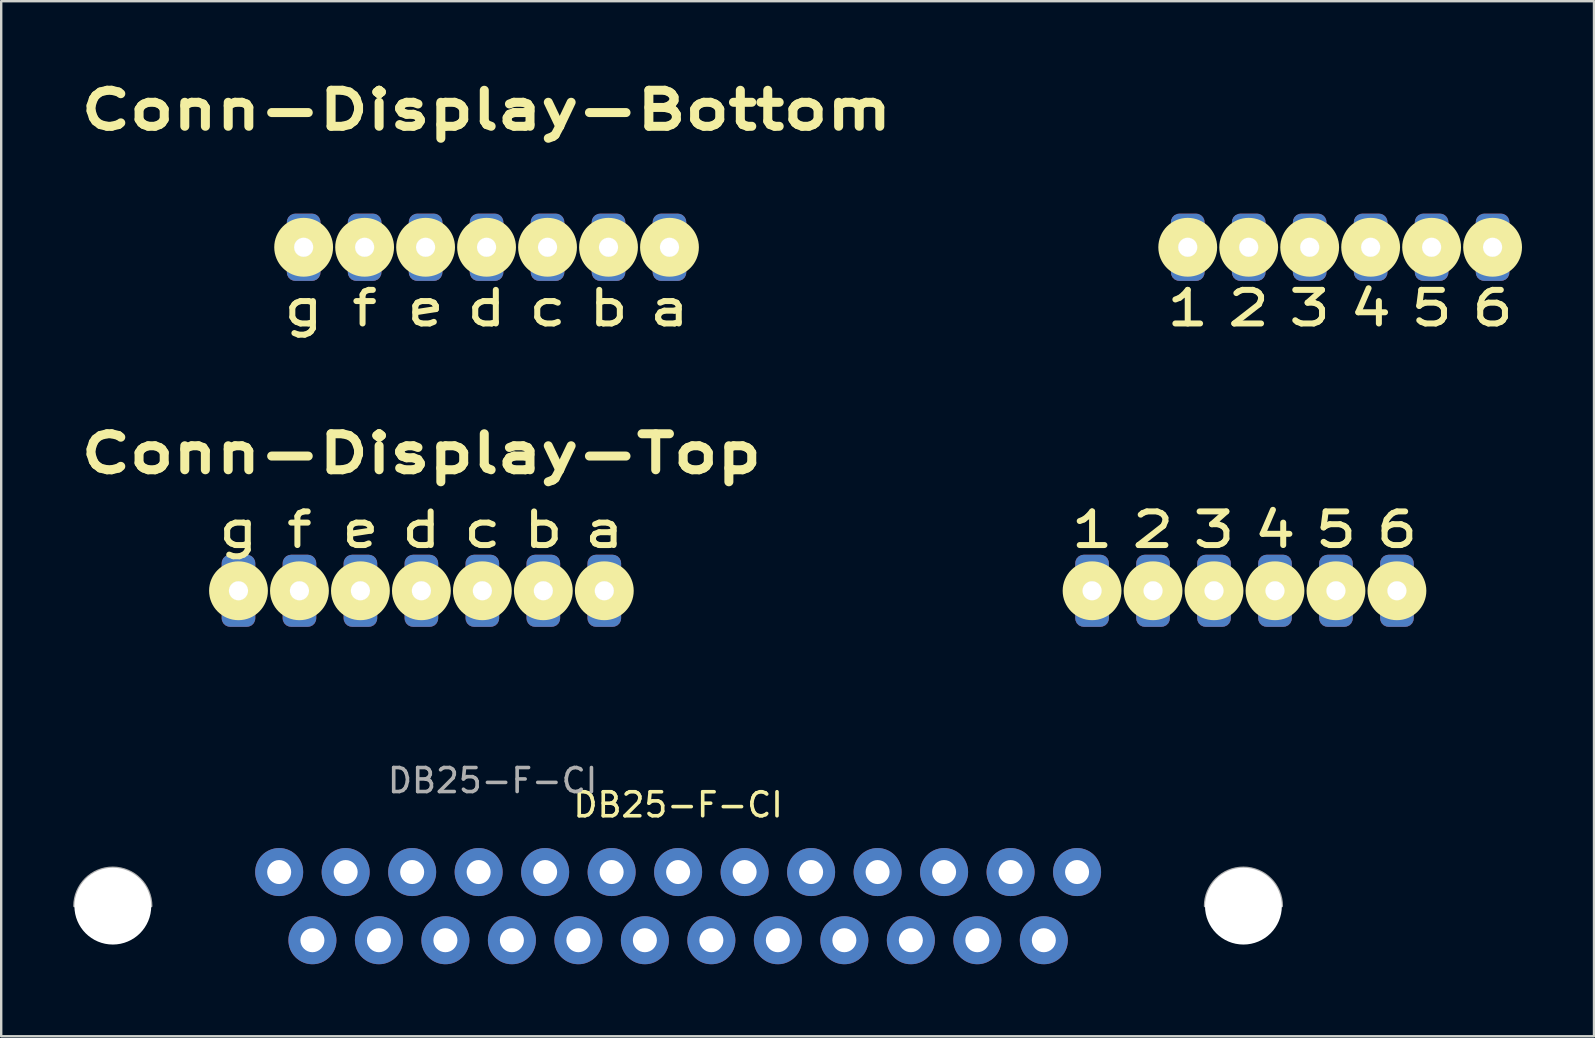
<source format=kicad_pcb>
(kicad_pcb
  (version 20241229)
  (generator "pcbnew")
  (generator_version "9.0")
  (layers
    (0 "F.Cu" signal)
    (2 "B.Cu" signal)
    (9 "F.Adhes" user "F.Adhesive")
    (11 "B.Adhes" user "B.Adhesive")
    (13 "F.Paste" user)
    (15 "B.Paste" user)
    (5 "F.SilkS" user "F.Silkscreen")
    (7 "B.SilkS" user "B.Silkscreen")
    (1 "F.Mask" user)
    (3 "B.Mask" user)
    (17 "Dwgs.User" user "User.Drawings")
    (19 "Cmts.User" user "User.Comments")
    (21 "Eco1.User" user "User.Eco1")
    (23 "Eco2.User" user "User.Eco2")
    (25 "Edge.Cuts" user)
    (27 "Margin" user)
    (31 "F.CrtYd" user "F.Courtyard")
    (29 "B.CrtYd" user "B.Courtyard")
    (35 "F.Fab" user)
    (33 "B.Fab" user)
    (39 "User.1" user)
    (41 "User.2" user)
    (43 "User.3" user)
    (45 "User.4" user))
  (footprint "DB25-F-CI"
    (layer "F.Cu")
    (at 8.58 33.279)
    (property "Reference" "DB25-F-CI" (at 16.62 -2.8 0) (layer "F.SilkS") (effects (font (size 1 1) (thickness 0.15))))
    (attr through_hole)
    (fp_arc (start -8.53 1.42) (mid -6.93 -0.18) (end -5.33 1.42) (stroke (width 0.1) (type solid)) (layer "F.Fab"))
    (fp_arc (start 38.57 1.42) (mid 40.17 -0.18) (end 41.77 1.42) (stroke (width 0.1) (type solid)) (layer "F.Fab"))
    (fp_text user "${REFERENCE}" (at 8.89 -3.81 0) (layer "F.Fab") (effects (font (size 1 1) (thickness 0.15))))
    (pad "" np_thru_hole circle (at -6.93 1.42) (size 3.2 3.2) (drill 3.2) (layers "*.Cu" "*.Mask"))
    (pad "" np_thru_hole circle (at 40.17 1.42) (size 3.2 3.2) (drill 3.2) (layers "*.Cu" "*.Mask"))
    (pad "1" thru_hole circle (at 0 0) (size 2 2) (drill 1) (layers "*.Cu" "*.Mask"))
    (pad "2" thru_hole circle (at 2.77 0) (size 2 2) (drill 1) (layers "*.Cu" "*.Mask"))
    (pad "3" thru_hole circle (at 5.54 0) (size 2 2) (drill 1) (layers "*.Cu" "*.Mask"))
    (pad "4" thru_hole circle (at 8.31 0) (size 2 2) (drill 1) (layers "*.Cu" "*.Mask"))
    (pad "5" thru_hole circle (at 11.08 0) (size 2 2) (drill 1) (layers "*.Cu" "*.Mask"))
    (pad "6" thru_hole circle (at 13.85 0) (size 2 2) (drill 1) (layers "*.Cu" "*.Mask"))
    (pad "7" thru_hole circle (at 16.62 0) (size 2 2) (drill 1) (layers "*.Cu" "*.Mask"))
    (pad "8" thru_hole circle (at 19.39 0) (size 2 2) (drill 1) (layers "*.Cu" "*.Mask"))
    (pad "9" thru_hole circle (at 22.16 0) (size 2 2) (drill 1) (layers "*.Cu" "*.Mask"))
    (pad "10" thru_hole circle (at 24.93 0) (size 2 2) (drill 1) (layers "*.Cu" "*.Mask"))
    (pad "11" thru_hole circle (at 27.7 0) (size 2 2) (drill 1) (layers "*.Cu" "*.Mask"))
    (pad "12" thru_hole circle (at 30.47 0) (size 2 2) (drill 1) (layers "*.Cu" "*.Mask"))
    (pad "13" thru_hole circle (at 33.24 0) (size 2 2) (drill 1) (layers "*.Cu" "*.Mask"))
    (pad "14" thru_hole circle (at 1.385 2.84) (size 2 2) (drill 1) (layers "*.Cu" "*.Mask"))
    (pad "15" thru_hole circle (at 4.155 2.84) (size 2 2) (drill 1) (layers "*.Cu" "*.Mask"))
    (pad "16" thru_hole circle (at 6.925 2.84) (size 2 2) (drill 1) (layers "*.Cu" "*.Mask"))
    (pad "17" thru_hole circle (at 9.695 2.84) (size 2 2) (drill 1) (layers "*.Cu" "*.Mask"))
    (pad "18" thru_hole circle (at 12.465 2.84) (size 2 2) (drill 1) (layers "*.Cu" "*.Mask"))
    (pad "19" thru_hole circle (at 15.235 2.84) (size 2 2) (drill 1) (layers "*.Cu" "*.Mask"))
    (pad "20" thru_hole circle (at 18.005 2.84) (size 2 2) (drill 1) (layers "*.Cu" "*.Mask"))
    (pad "21" thru_hole circle (at 20.775 2.84) (size 2 2) (drill 1) (layers "*.Cu" "*.Mask"))
    (pad "22" thru_hole circle (at 23.545 2.84) (size 2 2) (drill 1) (layers "*.Cu" "*.Mask"))
    (pad "23" thru_hole circle (at 26.315 2.84) (size 2 2) (drill 1) (layers "*.Cu" "*.Mask"))
    (pad "24" thru_hole circle (at 29.085 2.84) (size 2 2) (drill 1) (layers "*.Cu" "*.Mask"))
    (pad "25" thru_hole circle (at 31.855 2.84) (size 2 2) (drill 1) (layers "*.Cu" "*.Mask")))
  (footprint "Conn-Display-Bottom"
    (layer "F.Cu")
    (at 17.22 11.061)
    (property "Reference" "Conn-Display-Bottom" (at 0 -9.525 0) (layer "F.SilkS") (effects (font (size 1.5 2) (thickness 0.375))))
    (attr through_hole)
    (fp_circle (center -7.62 -3.81) (end -6.82 -3.81) (stroke (width 0.85) (type solid)) (fill no) (layer "F.SilkS"))
    (fp_circle (center -5.08 -3.81) (end -4.28 -3.81) (stroke (width 0.85) (type solid)) (fill no) (layer "F.SilkS"))
    (fp_circle (center -2.54 -3.81) (end -1.74 -3.81) (stroke (width 0.85) (type solid)) (fill no) (layer "F.SilkS"))
    (fp_circle (center 0 -3.81) (end 0.8 -3.81) (stroke (width 0.85) (type solid)) (fill no) (layer "F.SilkS"))
    (fp_circle (center 2.54 -3.81) (end 3.34 -3.81) (stroke (width 0.85) (type solid)) (fill no) (layer "F.SilkS"))
    (fp_circle (center 5.08 -3.81) (end 5.88 -3.81) (stroke (width 0.85) (type solid)) (fill no) (layer "F.SilkS"))
    (fp_circle (center 7.62 -3.81) (end 8.42 -3.81) (stroke (width 0.85) (type solid)) (fill no) (layer "F.SilkS"))
    (fp_circle (center 29.21 -3.81) (end 30.01 -3.81) (stroke (width 0.85) (type solid)) (fill no) (layer "F.SilkS"))
    (fp_circle (center 31.75 -3.81) (end 32.55 -3.81) (stroke (width 0.85) (type solid)) (fill no) (layer "F.SilkS"))
    (fp_circle (center 34.29 -3.81) (end 35.09 -3.81) (stroke (width 0.85) (type solid)) (fill no) (layer "F.SilkS"))
    (fp_circle (center 36.83 -3.81) (end 37.63 -3.81) (stroke (width 0.85) (type solid)) (fill no) (layer "F.SilkS"))
    (fp_circle (center 39.37 -3.81) (end 40.17 -3.81) (stroke (width 0.85) (type solid)) (fill no) (layer "F.SilkS"))
    (fp_circle (center 41.91 -3.81) (end 42.71 -3.81) (stroke (width 0.85) (type solid)) (fill no) (layer "F.SilkS"))
    (fp_text user "f" (at -5.08 -1.27 0) (layer "F.SilkS") (effects (font (size 1.4 1.8) (thickness 0.25))))
    (fp_text user "4" (at 36.83 -1.27 0) (layer "F.SilkS") (effects (font (size 1.4 1.8) (thickness 0.25))))
    (fp_text user "d" (at 0 -1.27 0) (layer "F.SilkS") (effects (font (size 1.4 1.8) (thickness 0.25))))
    (fp_text user "b" (at 5.08 -1.27 0) (layer "F.SilkS") (effects (font (size 1.4 1.8) (thickness 0.25))))
    (fp_text user "1" (at 29.21 -1.27 0) (layer "F.SilkS") (effects (font (size 1.4 1.8) (thickness 0.25))))
    (fp_text user "3" (at 34.29 -1.27 0) (layer "F.SilkS") (effects (font (size 1.4 1.8) (thickness 0.25))))
    (fp_text user "g" (at -7.62 -1.27 0) (layer "F.SilkS") (effects (font (size 1.4 1.8) (thickness 0.25))))
    (fp_text user "c" (at 2.54 -1.27 0) (layer "F.SilkS") (effects (font (size 1.4 1.8) (thickness 0.25))))
    (fp_text user "5" (at 39.37 -1.27 0) (layer "F.SilkS") (effects (font (size 1.4 1.8) (thickness 0.25))))
    (fp_text user "6" (at 41.91 -1.27 0) (layer "F.SilkS") (effects (font (size 1.4 1.8) (thickness 0.25))))
    (fp_text user "e" (at -2.54 -1.27 0) (layer "F.SilkS") (effects (font (size 1.4 1.8) (thickness 0.25))))
    (fp_text user "2" (at 31.75 -1.27 0) (layer "F.SilkS") (effects (font (size 1.4 1.8) (thickness 0.25))))
    (fp_text user "a" (at 7.62 -1.27 0) (layer "F.SilkS") (effects (font (size 1.4 1.8) (thickness 0.25))))
    (pad "1" thru_hole roundrect (at 29.21 -3.81) (size 1.4 2.8) (drill 0.8) (layers "*.Cu" "*.Mask") (roundrect_rratio 0.25))
    (pad "2" thru_hole roundrect (at 31.75 -3.81) (size 1.4 2.8) (drill 0.8) (layers "*.Cu" "*.Mask") (roundrect_rratio 0.25))
    (pad "3" thru_hole roundrect (at 34.29 -3.81) (size 1.4 2.8) (drill 0.8) (layers "*.Cu" "*.Mask") (roundrect_rratio 0.25))
    (pad "4" thru_hole roundrect (at 36.83 -3.81) (size 1.4 2.8) (drill 0.8) (layers "*.Cu" "*.Mask") (roundrect_rratio 0.25))
    (pad "5" thru_hole roundrect (at 39.37 -3.81) (size 1.4 2.8) (drill 0.8) (layers "*.Cu" "*.Mask") (roundrect_rratio 0.25))
    (pad "6" thru_hole roundrect (at 41.91 -3.81) (size 1.4 2.8) (drill 0.8) (layers "*.Cu" "*.Mask") (roundrect_rratio 0.25))
    (pad "a" thru_hole roundrect (at 7.62 -3.81) (size 1.4 2.8) (drill 0.8) (layers "*.Cu" "*.Mask") (roundrect_rratio 0.25))
    (pad "b" thru_hole roundrect (at 5.08 -3.81) (size 1.4 2.8) (drill 0.8) (layers "*.Cu" "*.Mask") (roundrect_rratio 0.25))
    (pad "c" thru_hole roundrect (at 2.54 -3.81) (size 1.4 2.8) (drill 0.8) (layers "*.Cu" "*.Mask") (roundrect_rratio 0.25))
    (pad "d" thru_hole roundrect (at 0 -3.81) (size 1.4 2.8) (drill 0.8) (layers "*.Cu" "*.Mask") (roundrect_rratio 0.25))
    (pad "e" thru_hole roundrect (at -2.54 -3.81) (size 1.4 2.8) (drill 0.8) (layers "*.Cu" "*.Mask") (roundrect_rratio 0.25))
    (pad "f" thru_hole roundrect (at -5.08 -3.81) (size 1.4 2.8) (drill 0.8) (layers "*.Cu" "*.Mask") (roundrect_rratio 0.25))
    (pad "g" thru_hole roundrect (at -7.62 -3.81) (size 1.4 2.8) (drill 0.8) (layers "*.Cu" "*.Mask") (roundrect_rratio 0.25)))
  (footprint "Conn-Display-Top"
    (layer "F.Cu")
    (at 14.505 25.371)
    (property "Reference" "Conn-Display-Top" (at 0 -9.525 0) (layer "F.SilkS") (effects (font (size 1.5 2) (thickness 0.375))))
    (attr through_hole)
    (fp_circle (center -7.62 -3.81) (end -6.82 -3.81) (stroke (width 0.85) (type solid)) (fill no) (layer "F.SilkS"))
    (fp_circle (center -5.08 -3.81) (end -4.28 -3.81) (stroke (width 0.85) (type solid)) (fill no) (layer "F.SilkS"))
    (fp_circle (center -2.54 -3.81) (end -1.74 -3.81) (stroke (width 0.85) (type solid)) (fill no) (layer "F.SilkS"))
    (fp_circle (center 0 -3.81) (end 0.8 -3.81) (stroke (width 0.85) (type solid)) (fill no) (layer "F.SilkS"))
    (fp_circle (center 2.54 -3.81) (end 3.34 -3.81) (stroke (width 0.85) (type solid)) (fill no) (layer "F.SilkS"))
    (fp_circle (center 5.08 -3.81) (end 5.88 -3.81) (stroke (width 0.85) (type solid)) (fill no) (layer "F.SilkS"))
    (fp_circle (center 7.62 -3.81) (end 8.42 -3.81) (stroke (width 0.85) (type solid)) (fill no) (layer "F.SilkS"))
    (fp_circle (center 27.94 -3.81) (end 28.74 -3.81) (stroke (width 0.85) (type solid)) (fill no) (layer "F.SilkS"))
    (fp_circle (center 30.48 -3.81) (end 31.28 -3.81) (stroke (width 0.85) (type solid)) (fill no) (layer "F.SilkS"))
    (fp_circle (center 33.02 -3.81) (end 33.82 -3.81) (stroke (width 0.85) (type solid)) (fill no) (layer "F.SilkS"))
    (fp_circle (center 35.56 -3.81) (end 36.36 -3.81) (stroke (width 0.85) (type solid)) (fill no) (layer "F.SilkS"))
    (fp_circle (center 38.1 -3.81) (end 38.9 -3.81) (stroke (width 0.85) (type solid)) (fill no) (layer "F.SilkS"))
    (fp_circle (center 40.64 -3.81) (end 41.44 -3.81) (stroke (width 0.85) (type solid)) (fill no) (layer "F.SilkS"))
    (fp_text user "a" (at 7.62 -6.35 0) (layer "F.SilkS") (effects (font (size 1.4 1.8) (thickness 0.25))))
    (fp_text user "g" (at -7.62 -6.35 0) (layer "F.SilkS") (effects (font (size 1.4 1.8) (thickness 0.25))))
    (fp_text user "6" (at 40.64 -6.35 0) (layer "F.SilkS") (effects (font (size 1.4 1.8) (thickness 0.25))))
    (fp_text user "e" (at -2.54 -6.35 0) (layer "F.SilkS") (effects (font (size 1.4 1.8) (thickness 0.25))))
    (fp_text user "2" (at 30.48 -6.35 0) (layer "F.SilkS") (effects (font (size 1.4 1.8) (thickness 0.25))))
    (fp_text user "5" (at 38.1 -6.35 0) (layer "F.SilkS") (effects (font (size 1.4 1.8) (thickness 0.25))))
    (fp_text user "4" (at 35.56 -6.35 0) (layer "F.SilkS") (effects (font (size 1.4 1.8) (thickness 0.25))))
    (fp_text user "f" (at -5.08 -6.35 0) (layer "F.SilkS") (effects (font (size 1.4 1.8) (thickness 0.25))))
    (fp_text user "3" (at 33.02 -6.35 0) (layer "F.SilkS") (effects (font (size 1.4 1.8) (thickness 0.25))))
    (fp_text user "b" (at 5.08 -6.35 0) (layer "F.SilkS") (effects (font (size 1.4 1.8) (thickness 0.25))))
    (fp_text user "1" (at 27.94 -6.35 0) (layer "F.SilkS") (effects (font (size 1.4 1.8) (thickness 0.25))))
    (fp_text user "c" (at 2.54 -6.35 0) (layer "F.SilkS") (effects (font (size 1.4 1.8) (thickness 0.25))))
    (fp_text user "d" (at 0 -6.35 0) (layer "F.SilkS") (effects (font (size 1.4 1.8) (thickness 0.25))))
    (pad "1" thru_hole roundrect (at 27.94 -3.81) (size 1.4 3) (drill 0.8) (layers "*.Cu" "*.Mask") (roundrect_rratio 0.25))
    (pad "2" thru_hole roundrect (at 30.48 -3.81) (size 1.4 3) (drill 0.8) (layers "*.Cu" "*.Mask") (roundrect_rratio 0.25))
    (pad "3" thru_hole roundrect (at 33.02 -3.81) (size 1.4 3) (drill 0.8) (layers "*.Cu" "*.Mask") (roundrect_rratio 0.25))
    (pad "4" thru_hole roundrect (at 35.56 -3.81) (size 1.4 3) (drill 0.8) (layers "*.Cu" "*.Mask") (roundrect_rratio 0.25))
    (pad "5" thru_hole roundrect (at 38.1 -3.81) (size 1.4 3) (drill 0.8) (layers "*.Cu" "*.Mask") (roundrect_rratio 0.25))
    (pad "6" thru_hole roundrect (at 40.64 -3.81) (size 1.4 3) (drill 0.8) (layers "*.Cu" "*.Mask") (roundrect_rratio 0.25))
    (pad "a" thru_hole roundrect (at 7.62 -3.81) (size 1.4 3) (drill 0.8) (layers "*.Cu" "*.Mask") (roundrect_rratio 0.25))
    (pad "b" thru_hole roundrect (at 5.08 -3.81) (size 1.4 3) (drill 0.8) (layers "*.Cu" "*.Mask") (roundrect_rratio 0.25))
    (pad "c" thru_hole roundrect (at 2.54 -3.81) (size 1.4 3) (drill 0.8) (layers "*.Cu" "*.Mask") (roundrect_rratio 0.25))
    (pad "d" thru_hole roundrect (at 0 -3.81) (size 1.4 3) (drill 0.8) (layers "*.Cu" "*.Mask") (roundrect_rratio 0.25))
    (pad "e" thru_hole roundrect (at -2.54 -3.81) (size 1.4 3) (drill 0.8) (layers "*.Cu" "*.Mask") (roundrect_rratio 0.25))
    (pad "f" thru_hole roundrect (at -5.08 -3.81) (size 1.4 3) (drill 0.8) (layers "*.Cu" "*.Mask") (roundrect_rratio 0.25))
    (pad "g" thru_hole roundrect (at -7.62 -3.81) (size 1.4 3) (drill 0.8) (layers "*.Cu" "*.Mask") (roundrect_rratio 0.25)))
  (gr_rect
    (start -3 -3)
    (end 63.355 40.12)
    (stroke (width 0.1) (type default))
    (fill no)
    (layer "Edge.Cuts")))
</source>
